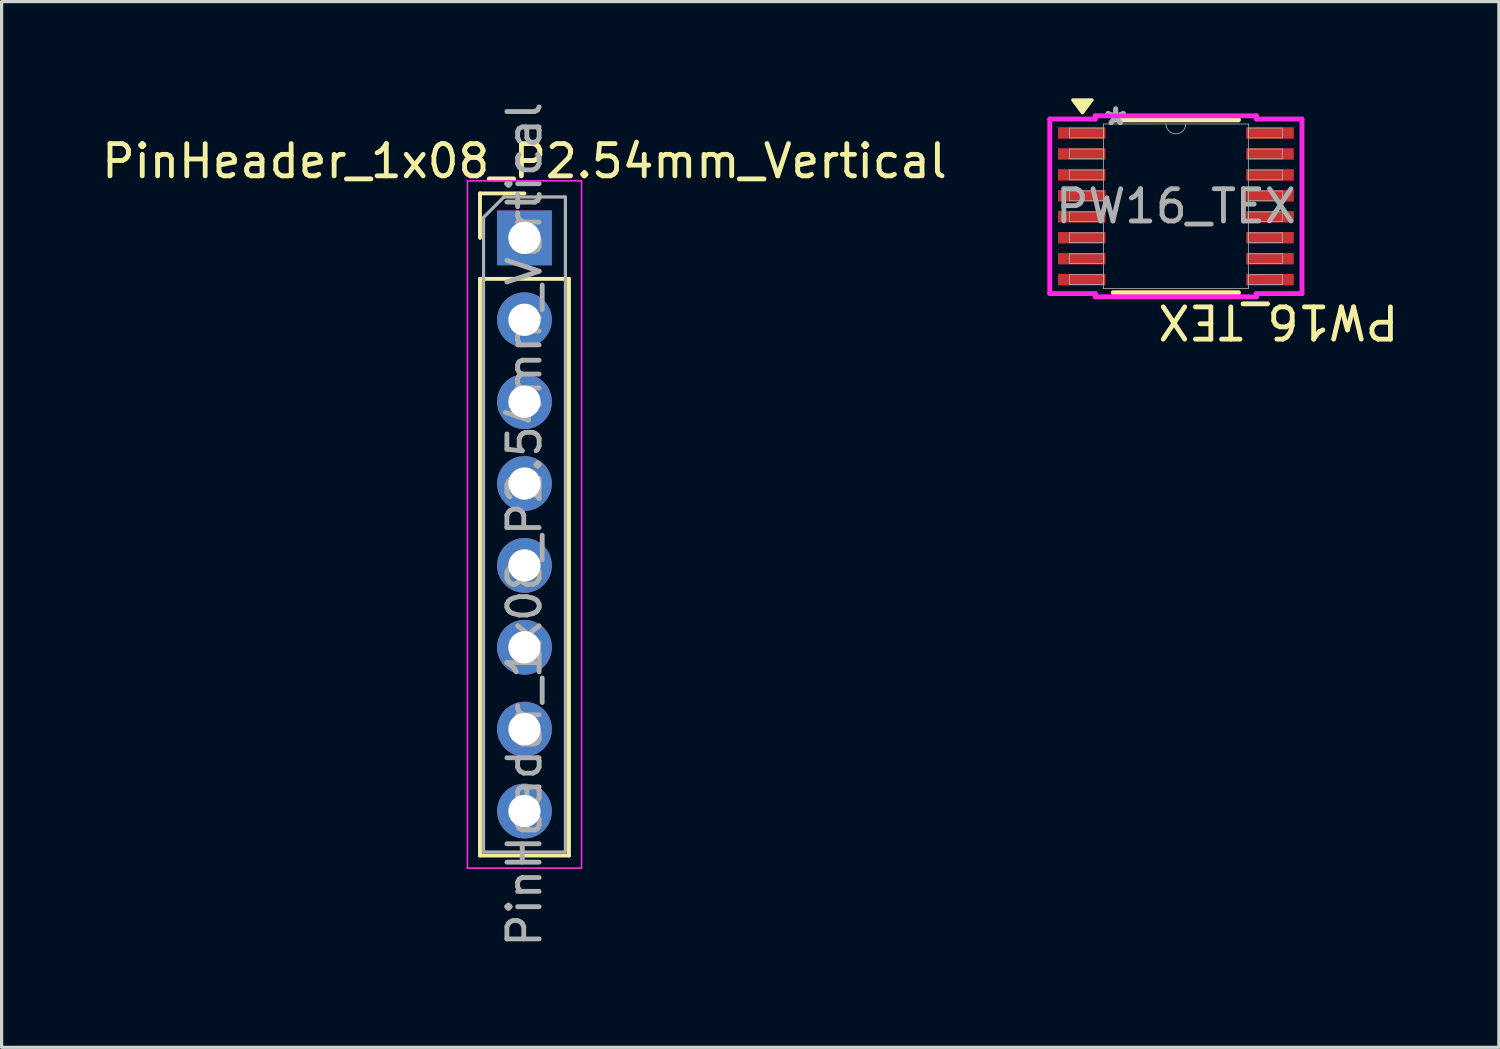
<source format=kicad_pcb>
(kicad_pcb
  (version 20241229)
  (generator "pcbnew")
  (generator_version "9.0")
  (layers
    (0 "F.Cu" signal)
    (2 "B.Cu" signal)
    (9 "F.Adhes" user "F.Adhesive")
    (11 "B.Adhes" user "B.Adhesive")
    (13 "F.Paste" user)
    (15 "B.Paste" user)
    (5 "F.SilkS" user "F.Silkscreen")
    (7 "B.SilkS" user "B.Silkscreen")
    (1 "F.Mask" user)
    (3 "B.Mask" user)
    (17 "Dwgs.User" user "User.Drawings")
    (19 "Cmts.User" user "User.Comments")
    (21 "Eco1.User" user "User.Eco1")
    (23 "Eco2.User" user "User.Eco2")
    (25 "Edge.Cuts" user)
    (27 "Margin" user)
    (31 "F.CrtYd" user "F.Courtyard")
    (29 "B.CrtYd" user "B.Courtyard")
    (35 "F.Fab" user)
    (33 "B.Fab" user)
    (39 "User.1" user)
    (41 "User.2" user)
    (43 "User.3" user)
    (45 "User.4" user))
  (footprint "PinHeader_1x08_P2.54mm_Vertical"
    (layer "F.Cu")
    (at 13.22 4.33)
    (property "Reference" "PinHeader_1x08_P2.54mm_Vertical" (at 0 -2.38 0) (layer "F.SilkS") (effects (font (size 1 1) (thickness 0.15))))
    (attr through_hole)
    (fp_line (start -1.38 -1.38) (end 0 -1.38) (stroke (width 0.12) (type solid)) (layer "F.SilkS"))
    (fp_line (start -1.38 1.27) (end -1.38 19.16) (stroke (width 0.12) (type solid)) (layer "F.SilkS"))
    (fp_line (start -1.38 1.27) (end 1.38 1.27) (stroke (width 0.12) (type solid)) (layer "F.SilkS"))
    (fp_line (start -1.38 0) (end -1.38 -1.38) (stroke (width 0.12) (type solid)) (layer "F.SilkS"))
    (fp_line (start -1.38 19.16) (end 1.38 19.16) (stroke (width 0.12) (type solid)) (layer "F.SilkS"))
    (fp_line (start 1.38 1.27) (end 1.38 19.16) (stroke (width 0.12) (type solid)) (layer "F.SilkS"))
    (fp_line (start -1.77 -1.77) (end -1.77 19.55) (stroke (width 0.05) (type solid)) (layer "F.CrtYd"))
    (fp_line (start -1.77 19.55) (end 1.77 19.55) (stroke (width 0.05) (type solid)) (layer "F.CrtYd"))
    (fp_line (start 1.77 -1.77) (end -1.77 -1.77) (stroke (width 0.05) (type solid)) (layer "F.CrtYd"))
    (fp_line (start 1.77 19.55) (end 1.77 -1.77) (stroke (width 0.05) (type solid)) (layer "F.CrtYd"))
    (fp_line (start -1.27 -0.635) (end -0.635 -1.27) (stroke (width 0.1) (type solid)) (layer "F.Fab"))
    (fp_line (start -1.27 19.05) (end -1.27 -0.635) (stroke (width 0.1) (type solid)) (layer "F.Fab"))
    (fp_line (start -0.635 -1.27) (end 1.27 -1.27) (stroke (width 0.1) (type solid)) (layer "F.Fab"))
    (fp_line (start 1.27 -1.27) (end 1.27 19.05) (stroke (width 0.1) (type solid)) (layer "F.Fab"))
    (fp_line (start 1.27 19.05) (end -1.27 19.05) (stroke (width 0.1) (type solid)) (layer "F.Fab"))
    (fp_text user "${REFERENCE}" (at 0 8.89 270) (layer "F.Fab") (effects (font (size 1 1) (thickness 0.15))))
    (pad "1" thru_hole rect (at 0 0) (size 1.7 1.7) (drill 1) (layers "*.Cu" "*.Mask"))
    (pad "2" thru_hole circle (at 0 2.54) (size 1.7 1.7) (drill 1) (layers "*.Cu" "*.Mask"))
    (pad "3" thru_hole circle (at 0 5.08) (size 1.7 1.7) (drill 1) (layers "*.Cu" "*.Mask"))
    (pad "4" thru_hole circle (at 0 7.62) (size 1.7 1.7) (drill 1) (layers "*.Cu" "*.Mask"))
    (pad "5" thru_hole circle (at 0 10.16) (size 1.7 1.7) (drill 1) (layers "*.Cu" "*.Mask"))
    (pad "6" thru_hole circle (at 0 12.7) (size 1.7 1.7) (drill 1) (layers "*.Cu" "*.Mask"))
    (pad "7" thru_hole circle (at 0 15.24) (size 1.7 1.7) (drill 1) (layers "*.Cu" "*.Mask"))
    (pad "8" thru_hole circle (at 0 17.78) (size 1.7 1.7) (drill 1) (layers "*.Cu" "*.Mask")))
  (footprint "PW16_TEX"
    (layer "F.Cu")
    (at 33.428 3.35)
    (property "Reference" "PW16_TEX" (at 3.179 3.575 180) (unlocked yes) (layer "F.SilkS") (effects (font (size 1 1) (thickness 0.15))))
    (attr smd)
    (fp_line (start -1.941 2.68) (end 1.941 2.68) (stroke (width 0.152) (type solid)) (layer "F.SilkS"))
    (fp_line (start 1.941 -2.68) (end -1.941 -2.68) (stroke (width 0.152) (type solid)) (layer "F.SilkS"))
    (fp_poly (pts (xy -2.9 -2.9) (xy -2.6 -3.3) (xy -3.2 -3.3)) (stroke (width 0.1) (type solid)) (fill yes) (layer "F.SilkS"))
    (fp_line (start -3.912 -2.707) (end -2.502 -2.707) (stroke (width 0.152) (type solid)) (layer "F.CrtYd"))
    (fp_line (start -3.912 2.707) (end -3.912 -2.707) (stroke (width 0.152) (type solid)) (layer "F.CrtYd"))
    (fp_line (start -3.912 2.707) (end -2.502 2.707) (stroke (width 0.152) (type solid)) (layer "F.CrtYd"))
    (fp_line (start -2.502 -2.807) (end 2.502 -2.807) (stroke (width 0.152) (type solid)) (layer "F.CrtYd"))
    (fp_line (start -2.502 -2.707) (end -2.502 -2.807) (stroke (width 0.152) (type solid)) (layer "F.CrtYd"))
    (fp_line (start -2.502 2.807) (end -2.502 2.707) (stroke (width 0.152) (type solid)) (layer "F.CrtYd"))
    (fp_line (start 2.502 -2.807) (end 2.502 -2.707) (stroke (width 0.152) (type solid)) (layer "F.CrtYd"))
    (fp_line (start 2.502 2.707) (end 2.502 2.807) (stroke (width 0.152) (type solid)) (layer "F.CrtYd"))
    (fp_line (start 2.502 2.807) (end -2.502 2.807) (stroke (width 0.152) (type solid)) (layer "F.CrtYd"))
    (fp_line (start 3.912 -2.707) (end 2.502 -2.707) (stroke (width 0.152) (type solid)) (layer "F.CrtYd"))
    (fp_line (start 3.912 -2.707) (end 3.912 2.707) (stroke (width 0.152) (type solid)) (layer "F.CrtYd"))
    (fp_line (start 3.912 2.707) (end 2.502 2.707) (stroke (width 0.152) (type solid)) (layer "F.CrtYd"))
    (fp_line (start -3.302 -2.427) (end -3.302 -2.123) (stroke (width 0.025) (type solid)) (layer "F.Fab"))
    (fp_line (start -3.302 0.173) (end -3.302 0.477) (stroke (width 0.025) (type solid)) (layer "F.Fab"))
    (fp_line (start -3.302 0.477) (end -2.248 0.477) (stroke (width 0.025) (type solid)) (layer "F.Fab"))
    (fp_line (start -3.302 -2.123) (end -2.248 -2.123) (stroke (width 0.025) (type solid)) (layer "F.Fab"))
    (fp_line (start -3.302 -1.777) (end -3.302 -1.473) (stroke (width 0.025) (type solid)) (layer "F.Fab"))
    (fp_line (start -3.302 -1.473) (end -2.248 -1.473) (stroke (width 0.025) (type solid)) (layer "F.Fab"))
    (fp_line (start -3.302 -1.127) (end -3.302 -0.823) (stroke (width 0.025) (type solid)) (layer "F.Fab"))
    (fp_line (start -3.302 -0.823) (end -2.248 -0.823) (stroke (width 0.025) (type solid)) (layer "F.Fab"))
    (fp_line (start -3.302 -0.477) (end -3.302 -0.173) (stroke (width 0.025) (type solid)) (layer "F.Fab"))
    (fp_line (start -3.302 -0.173) (end -2.248 -0.173) (stroke (width 0.025) (type solid)) (layer "F.Fab"))
    (fp_line (start -3.302 0.823) (end -3.302 1.127) (stroke (width 0.025) (type solid)) (layer "F.Fab"))
    (fp_line (start -3.302 1.127) (end -2.248 1.127) (stroke (width 0.025) (type solid)) (layer "F.Fab"))
    (fp_line (start -3.302 1.473) (end -3.302 1.777) (stroke (width 0.025) (type solid)) (layer "F.Fab"))
    (fp_line (start -3.302 1.777) (end -2.248 1.777) (stroke (width 0.025) (type solid)) (layer "F.Fab"))
    (fp_line (start -3.302 2.123) (end -3.302 2.427) (stroke (width 0.025) (type solid)) (layer "F.Fab"))
    (fp_line (start -3.302 2.427) (end -2.248 2.427) (stroke (width 0.025) (type solid)) (layer "F.Fab"))
    (fp_line (start -2.248 -2.553) (end -2.248 2.553) (stroke (width 0.025) (type solid)) (layer "F.Fab"))
    (fp_line (start -2.248 -2.427) (end -3.302 -2.427) (stroke (width 0.025) (type solid)) (layer "F.Fab"))
    (fp_line (start -2.248 -2.123) (end -2.248 -2.427) (stroke (width 0.025) (type solid)) (layer "F.Fab"))
    (fp_line (start -2.248 -1.777) (end -3.302 -1.777) (stroke (width 0.025) (type solid)) (layer "F.Fab"))
    (fp_line (start -2.248 -1.473) (end -2.248 -1.777) (stroke (width 0.025) (type solid)) (layer "F.Fab"))
    (fp_line (start -2.248 -1.127) (end -3.302 -1.127) (stroke (width 0.025) (type solid)) (layer "F.Fab"))
    (fp_line (start -2.248 -0.823) (end -2.248 -1.127) (stroke (width 0.025) (type solid)) (layer "F.Fab"))
    (fp_line (start -2.248 -0.477) (end -3.302 -0.477) (stroke (width 0.025) (type solid)) (layer "F.Fab"))
    (fp_line (start -2.248 -0.173) (end -2.248 -0.477) (stroke (width 0.025) (type solid)) (layer "F.Fab"))
    (fp_line (start -2.248 0.173) (end -3.302 0.173) (stroke (width 0.025) (type solid)) (layer "F.Fab"))
    (fp_line (start -2.248 0.477) (end -2.248 0.173) (stroke (width 0.025) (type solid)) (layer "F.Fab"))
    (fp_line (start -2.248 0.823) (end -3.302 0.823) (stroke (width 0.025) (type solid)) (layer "F.Fab"))
    (fp_line (start -2.248 1.127) (end -2.248 0.823) (stroke (width 0.025) (type solid)) (layer "F.Fab"))
    (fp_line (start -2.248 1.473) (end -3.302 1.473) (stroke (width 0.025) (type solid)) (layer "F.Fab"))
    (fp_line (start -2.248 1.777) (end -2.248 1.473) (stroke (width 0.025) (type solid)) (layer "F.Fab"))
    (fp_line (start -2.248 2.123) (end -3.302 2.123) (stroke (width 0.025) (type solid)) (layer "F.Fab"))
    (fp_line (start -2.248 2.427) (end -2.248 2.123) (stroke (width 0.025) (type solid)) (layer "F.Fab"))
    (fp_line (start -2.248 2.553) (end 2.248 2.553) (stroke (width 0.025) (type solid)) (layer "F.Fab"))
    (fp_line (start 2.248 -2.553) (end -2.248 -2.553) (stroke (width 0.025) (type solid)) (layer "F.Fab"))
    (fp_line (start 2.248 -2.427) (end 2.248 -2.123) (stroke (width 0.025) (type solid)) (layer "F.Fab"))
    (fp_line (start 2.248 -2.123) (end 3.302 -2.123) (stroke (width 0.025) (type solid)) (layer "F.Fab"))
    (fp_line (start 2.248 -1.777) (end 2.248 -1.473) (stroke (width 0.025) (type solid)) (layer "F.Fab"))
    (fp_line (start 2.248 -1.473) (end 3.302 -1.473) (stroke (width 0.025) (type solid)) (layer "F.Fab"))
    (fp_line (start 2.248 -1.127) (end 2.248 -0.823) (stroke (width 0.025) (type solid)) (layer "F.Fab"))
    (fp_line (start 2.248 -0.823) (end 3.302 -0.823) (stroke (width 0.025) (type solid)) (layer "F.Fab"))
    (fp_line (start 2.248 -0.477) (end 2.248 -0.173) (stroke (width 0.025) (type solid)) (layer "F.Fab"))
    (fp_line (start 2.248 -0.173) (end 3.302 -0.173) (stroke (width 0.025) (type solid)) (layer "F.Fab"))
    (fp_line (start 2.248 0.173) (end 2.248 0.477) (stroke (width 0.025) (type solid)) (layer "F.Fab"))
    (fp_line (start 2.248 0.477) (end 3.302 0.477) (stroke (width 0.025) (type solid)) (layer "F.Fab"))
    (fp_line (start 2.248 0.823) (end 2.248 1.127) (stroke (width 0.025) (type solid)) (layer "F.Fab"))
    (fp_line (start 2.248 1.127) (end 3.302 1.127) (stroke (width 0.025) (type solid)) (layer "F.Fab"))
    (fp_line (start 2.248 1.473) (end 2.248 1.777) (stroke (width 0.025) (type solid)) (layer "F.Fab"))
    (fp_line (start 2.248 1.777) (end 3.302 1.777) (stroke (width 0.025) (type solid)) (layer "F.Fab"))
    (fp_line (start 2.248 2.123) (end 2.248 2.427) (stroke (width 0.025) (type solid)) (layer "F.Fab"))
    (fp_line (start 2.248 2.427) (end 3.302 2.427) (stroke (width 0.025) (type solid)) (layer "F.Fab"))
    (fp_line (start 2.248 2.553) (end 2.248 -2.553) (stroke (width 0.025) (type solid)) (layer "F.Fab"))
    (fp_line (start 3.302 -2.427) (end 2.248 -2.427) (stroke (width 0.025) (type solid)) (layer "F.Fab"))
    (fp_line (start 3.302 -2.123) (end 3.302 -2.427) (stroke (width 0.025) (type solid)) (layer "F.Fab"))
    (fp_line (start 3.302 -1.777) (end 2.248 -1.777) (stroke (width 0.025) (type solid)) (layer "F.Fab"))
    (fp_line (start 3.302 -1.473) (end 3.302 -1.777) (stroke (width 0.025) (type solid)) (layer "F.Fab"))
    (fp_line (start 3.302 -1.127) (end 2.248 -1.127) (stroke (width 0.025) (type solid)) (layer "F.Fab"))
    (fp_line (start 3.302 -0.823) (end 3.302 -1.127) (stroke (width 0.025) (type solid)) (layer "F.Fab"))
    (fp_line (start 3.302 0.173) (end 2.248 0.173) (stroke (width 0.025) (type solid)) (layer "F.Fab"))
    (fp_line (start 3.302 0.477) (end 3.302 0.173) (stroke (width 0.025) (type solid)) (layer "F.Fab"))
    (fp_line (start 3.302 0.823) (end 2.248 0.823) (stroke (width 0.025) (type solid)) (layer "F.Fab"))
    (fp_line (start 3.302 1.127) (end 3.302 0.823) (stroke (width 0.025) (type solid)) (layer "F.Fab"))
    (fp_line (start 3.302 1.473) (end 2.248 1.473) (stroke (width 0.025) (type solid)) (layer "F.Fab"))
    (fp_line (start 3.302 1.777) (end 3.302 1.473) (stroke (width 0.025) (type solid)) (layer "F.Fab"))
    (fp_line (start 3.302 2.123) (end 2.248 2.123) (stroke (width 0.025) (type solid)) (layer "F.Fab"))
    (fp_line (start 3.302 -0.477) (end 2.248 -0.477) (stroke (width 0.025) (type solid)) (layer "F.Fab"))
    (fp_line (start 3.302 -0.173) (end 3.302 -0.477) (stroke (width 0.025) (type solid)) (layer "F.Fab"))
    (fp_line (start 3.302 2.427) (end 3.302 2.123) (stroke (width 0.025) (type solid)) (layer "F.Fab"))
    (fp_arc (start 0.3048 -2.5527) (mid 0 -2.2479) (end -0.3048 -2.5527) (stroke (width 0.0254) (type solid)) (layer "F.Fab"))
    (fp_text user "${REFERENCE}" (at 0 0 0) (unlocked yes) (layer "F.Fab") (effects (font (size 1 1) (thickness 0.15))))
    (fp_text user "*" (at -1.867 -2.477 180) (layer "F.Fab") (effects (font (size 1 1) (thickness 0.15))))
    (fp_text user "*" (at -1.867 -2.477 180) (layer "F.Fab") (effects (font (size 1 1) (thickness 0.15))))
    (pad "1" smd rect (at -2.921 -2.275) (size 1.473 0.356) (layers "F.Cu" "F.Mask" "F.Paste"))
    (pad "2" smd rect (at -2.921 -1.625) (size 1.473 0.356) (layers "F.Cu" "F.Mask" "F.Paste"))
    (pad "3" smd rect (at -2.921 -0.975) (size 1.473 0.356) (layers "F.Cu" "F.Mask" "F.Paste"))
    (pad "4" smd rect (at -2.921 -0.325) (size 1.473 0.356) (layers "F.Cu" "F.Mask" "F.Paste"))
    (pad "5" smd rect (at -2.921 0.325) (size 1.473 0.356) (layers "F.Cu" "F.Mask" "F.Paste"))
    (pad "6" smd rect (at -2.921 0.975) (size 1.473 0.356) (layers "F.Cu" "F.Mask" "F.Paste"))
    (pad "7" smd rect (at -2.921 1.625) (size 1.473 0.356) (layers "F.Cu" "F.Mask" "F.Paste"))
    (pad "8" smd rect (at -2.921 2.275) (size 1.473 0.356) (layers "F.Cu" "F.Mask" "F.Paste"))
    (pad "9" smd rect (at 2.921 2.275) (size 1.473 0.356) (layers "F.Cu" "F.Mask" "F.Paste"))
    (pad "10" smd rect (at 2.921 1.625) (size 1.473 0.356) (layers "F.Cu" "F.Mask" "F.Paste"))
    (pad "11" smd rect (at 2.921 0.975) (size 1.473 0.356) (layers "F.Cu" "F.Mask" "F.Paste"))
    (pad "12" smd rect (at 2.921 0.325) (size 1.473 0.356) (layers "F.Cu" "F.Mask" "F.Paste"))
    (pad "13" smd rect (at 2.921 -0.325) (size 1.473 0.356) (layers "F.Cu" "F.Mask" "F.Paste"))
    (pad "14" smd rect (at 2.921 -0.975) (size 1.473 0.356) (layers "F.Cu" "F.Mask" "F.Paste"))
    (pad "15" smd rect (at 2.921 -1.625) (size 1.473 0.356) (layers "F.Cu" "F.Mask" "F.Paste"))
    (pad "16" smd rect (at 2.921 -2.275) (size 1.473 0.356) (layers "F.Cu" "F.Mask" "F.Paste")))
  (gr_rect
    (start -3 -3)
    (end 43.447 29.44)
    (stroke (width 0.1) (type default))
    (fill no)
    (layer "Edge.Cuts")))
</source>
